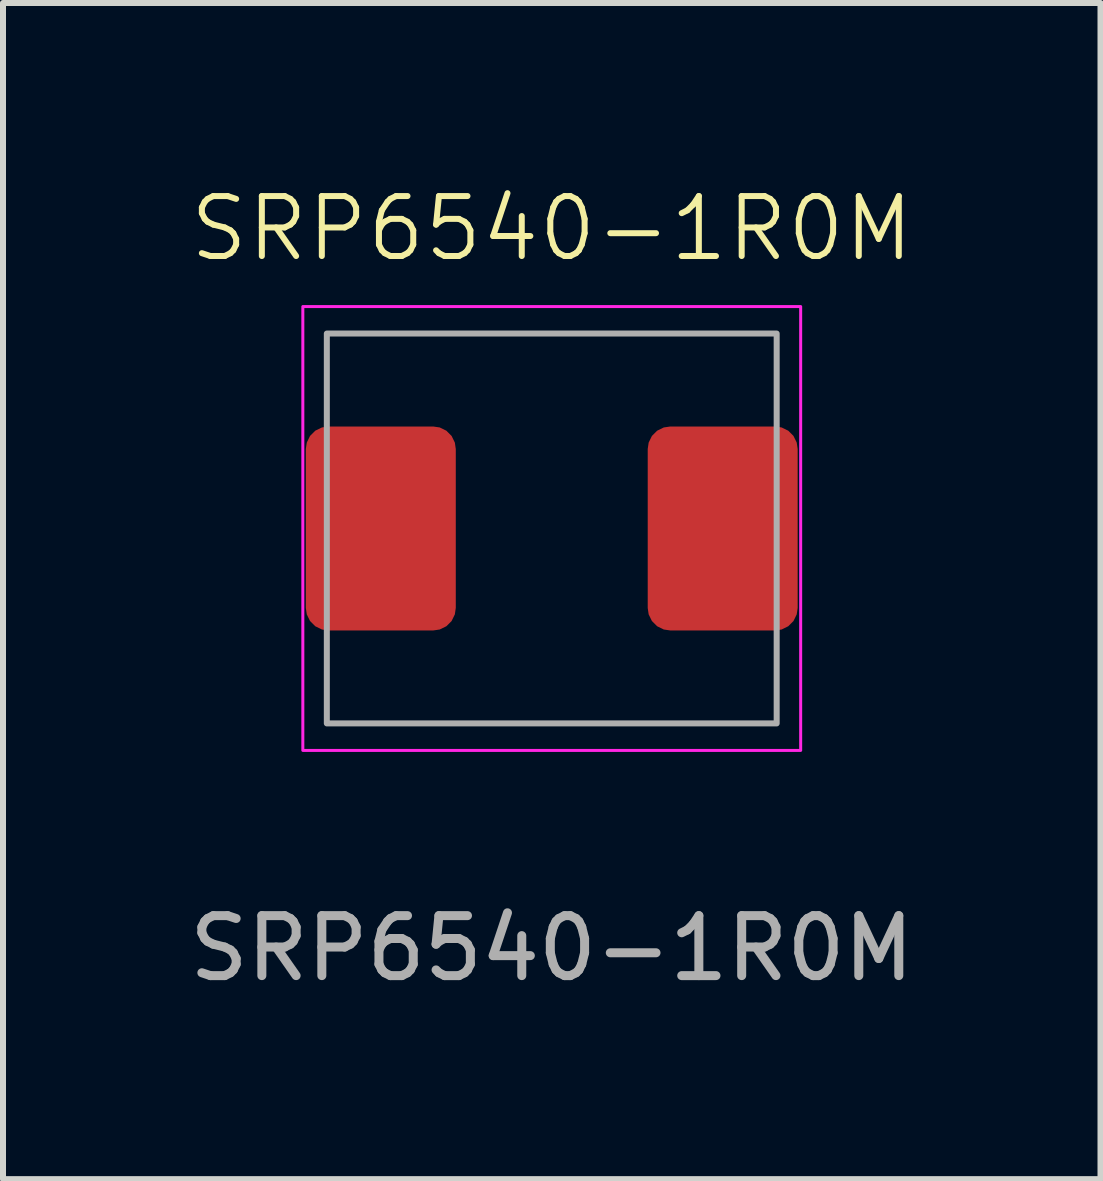
<source format=kicad_pcb>
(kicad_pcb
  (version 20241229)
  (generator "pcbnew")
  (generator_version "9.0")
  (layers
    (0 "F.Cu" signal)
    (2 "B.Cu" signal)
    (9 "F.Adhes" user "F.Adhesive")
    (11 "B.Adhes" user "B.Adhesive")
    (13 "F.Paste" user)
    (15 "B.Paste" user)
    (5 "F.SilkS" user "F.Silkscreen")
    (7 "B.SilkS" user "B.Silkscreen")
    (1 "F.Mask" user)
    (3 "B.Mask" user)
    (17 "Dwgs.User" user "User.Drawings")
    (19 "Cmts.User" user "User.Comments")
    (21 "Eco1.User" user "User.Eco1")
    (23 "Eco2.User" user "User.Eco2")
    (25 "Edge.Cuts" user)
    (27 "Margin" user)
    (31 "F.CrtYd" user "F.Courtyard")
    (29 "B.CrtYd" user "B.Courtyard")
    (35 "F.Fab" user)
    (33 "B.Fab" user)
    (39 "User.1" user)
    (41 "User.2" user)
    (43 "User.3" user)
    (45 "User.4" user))
  (footprint "SRP6540-1R0M"
    (layer "F.Cu")
    (at 6.149 5.761)
    (property "Reference" "SRP6540-1R0M" (at 0 -5 0) (unlocked yes) (layer "F.SilkS") (effects (font (size 1 1) (thickness 0.1))))
    (attr smd)
    (fp_rect (start -4.15 -3.7) (end 4.15 3.7) (stroke (width 0.05) (type solid)) (fill no) (layer "F.CrtYd"))
    (fp_rect (start -3.75 -3.25) (end 3.75 3.25) (stroke (width 0.1) (type solid)) (fill no) (layer "F.Fab"))
    (fp_text user "${REFERENCE}" (at 0 7 0) (unlocked yes) (layer "F.Fab") (effects (font (size 1 1) (thickness 0.15))))
    (pad "1" smd roundrect (at -2.85 0) (size 2.5 3.4) (layers "F.Cu" "F.Mask" "F.Paste") (roundrect_rratio 0.15))
    (pad "2" smd roundrect (at 2.85 0) (size 2.5 3.4) (layers "F.Cu" "F.Mask" "F.Paste") (roundrect_rratio 0.15)))
  (gr_rect
    (start -3 -3)
    (end 15.298 16.609)
    (stroke (width 0.1) (type default))
    (fill no)
    (layer "Edge.Cuts")))
</source>
